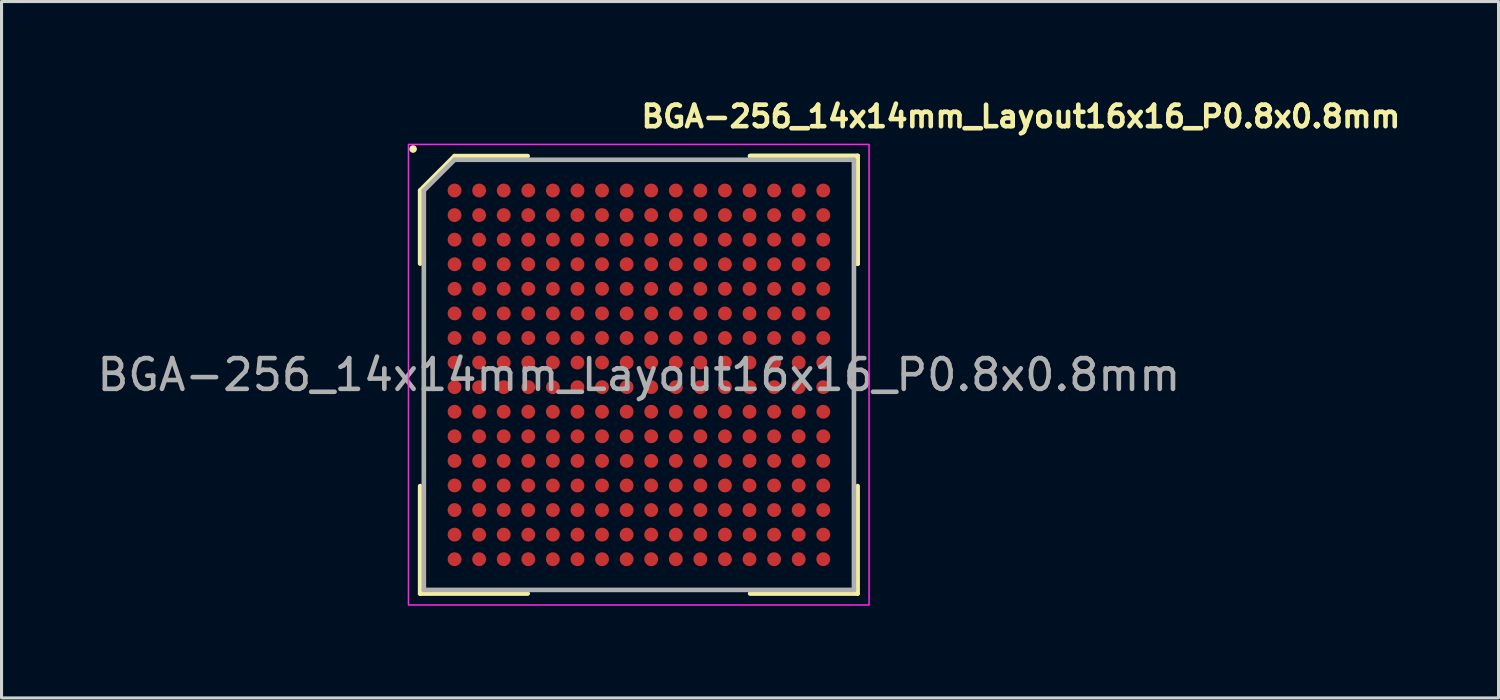
<source format=kicad_pcb>
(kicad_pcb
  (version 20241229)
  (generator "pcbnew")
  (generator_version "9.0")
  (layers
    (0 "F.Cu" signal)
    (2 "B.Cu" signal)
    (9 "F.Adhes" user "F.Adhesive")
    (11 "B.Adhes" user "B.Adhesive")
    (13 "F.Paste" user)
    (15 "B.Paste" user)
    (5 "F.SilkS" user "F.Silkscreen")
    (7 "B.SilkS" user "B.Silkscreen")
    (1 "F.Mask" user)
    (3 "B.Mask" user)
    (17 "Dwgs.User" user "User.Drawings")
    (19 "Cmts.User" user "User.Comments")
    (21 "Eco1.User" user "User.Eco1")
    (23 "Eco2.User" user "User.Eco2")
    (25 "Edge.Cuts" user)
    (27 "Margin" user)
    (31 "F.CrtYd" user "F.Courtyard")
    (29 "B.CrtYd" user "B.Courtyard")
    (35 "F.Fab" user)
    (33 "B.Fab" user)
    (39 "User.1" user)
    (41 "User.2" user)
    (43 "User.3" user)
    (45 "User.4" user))
  (footprint "BGA-256_14x14mm_Layout16x16_P0.8x0.8mm"
    (layer "F.Cu")
    (at 17.744 9.15)
    (property "Reference" "BGA-256_14x14mm_Layout16x16_P0.8x0.8mm" (at 0 -8 0) (layer "F.SilkS") (effects (font (size 0.7 0.7) (thickness 0.15)) (justify left bottom)))
    (attr smd)
    (fp_line (start -7.12 -6) (end -7.12 -3.621) (stroke (width 0.15) (type solid)) (layer "F.SilkS"))
    (fp_line (start -7.12 7.118) (end -7.12 3.62) (stroke (width 0.15) (type solid)) (layer "F.SilkS"))
    (fp_line (start -6 -7.12) (end -7.12 -6) (stroke (width 0.15) (type solid)) (layer "F.SilkS"))
    (fp_line (start -3.621 -7.12) (end -6 -7.12) (stroke (width 0.15) (type solid)) (layer "F.SilkS"))
    (fp_line (start -3.621 7.118) (end -7.12 7.118) (stroke (width 0.15) (type solid)) (layer "F.SilkS"))
    (fp_line (start 3.62 -7.12) (end 7.118 -7.12) (stroke (width 0.15) (type solid)) (layer "F.SilkS"))
    (fp_line (start 3.62 -7.12) (end 7.118 -7.12) (stroke (width 0.15) (type solid)) (layer "F.SilkS"))
    (fp_line (start 3.62 -7.12) (end 7.118 -7.12) (stroke (width 0.15) (type solid)) (layer "F.SilkS"))
    (fp_line (start 3.62 7.118) (end 7.118 7.118) (stroke (width 0.15) (type solid)) (layer "F.SilkS"))
    (fp_line (start 7.118 -7.12) (end 7.118 -3.621) (stroke (width 0.15) (type solid)) (layer "F.SilkS"))
    (fp_line (start 7.118 -7.12) (end 7.118 -3.621) (stroke (width 0.15) (type solid)) (layer "F.SilkS"))
    (fp_line (start 7.118 -7.12) (end 7.118 -3.621) (stroke (width 0.15) (type solid)) (layer "F.SilkS"))
    (fp_line (start 7.118 7.118) (end 7.118 3.62) (stroke (width 0.15) (type solid)) (layer "F.SilkS"))
    (fp_circle (center -7.35 -7.35) (end -7.301 -7.35) (stroke (width 0.15) (type solid)) (fill yes) (layer "F.SilkS"))
    (fp_rect (start -7.5 -7.5) (end 7.49 7.49) (stroke (width 0.05) (type solid)) (fill no) (layer "F.CrtYd"))
    (fp_line (start -7 -6) (end -7 6.998) (stroke (width 0.15) (type solid)) (layer "F.Fab"))
    (fp_line (start -7 6.998) (end 6.998 6.998) (stroke (width 0.15) (type solid)) (layer "F.Fab"))
    (fp_line (start -6 -7) (end -7 -6) (stroke (width 0.15) (type solid)) (layer "F.Fab"))
    (fp_line (start 6.998 -7) (end -6 -7) (stroke (width 0.15) (type solid)) (layer "F.Fab"))
    (fp_line (start 6.998 6.998) (end 6.998 -7) (stroke (width 0.15) (type solid)) (layer "F.Fab"))
    (fp_rect (start -7 -7) (end 6.998 6.998) (stroke (width 0.1) (type solid)) (fill no) (layer "User.5"))
    (fp_rect (start -7 -7) (end 6.999 6.999) (stroke (width 0.1) (type solid)) (fill no) (layer "User.5"))
    (fp_rect (start -7 -7) (end 6.999 6.999) (stroke (width 0.1) (type solid)) (fill no) (layer "User.5"))
    (fp_line (start -7 -7) (end -7 6.998) (stroke (width 0.02) (type solid)) (layer "User.9"))
    (fp_line (start -7 -7) (end -7 6.999) (stroke (width 0.02) (type solid)) (layer "User.9"))
    (fp_line (start -7 6.998) (end 6.998 6.998) (stroke (width 0.02) (type solid)) (layer "User.9"))
    (fp_line (start -7 6.999) (end 6.999 6.999) (stroke (width 0.02) (type solid)) (layer "User.9"))
    (fp_line (start 6.998 -7) (end -7 -7) (stroke (width 0.02) (type solid)) (layer "User.9"))
    (fp_line (start 6.998 6.998) (end 6.998 -7) (stroke (width 0.02) (type solid)) (layer "User.9"))
    (fp_line (start 6.999 -7) (end -7 -7) (stroke (width 0.02) (type solid)) (layer "User.9"))
    (fp_line (start 6.999 6.999) (end 6.999 -7) (stroke (width 0.02) (type solid)) (layer "User.9"))
    (fp_text user "${REFERENCE}" (at 0 0 0) (layer "F.Fab") (effects (font (size 1 1) (thickness 0.15))))
    (pad "A1" smd circle (at -6 -6) (size 0.45 0.45) (layers "F.Cu" "F.Mask" "F.Paste"))
    (pad "A2" smd circle (at -5.2 -6) (size 0.45 0.45) (layers "F.Cu" "F.Mask" "F.Paste"))
    (pad "A3" smd circle (at -4.4 -6) (size 0.45 0.45) (layers "F.Cu" "F.Mask" "F.Paste"))
    (pad "A4" smd circle (at -3.6 -6) (size 0.45 0.45) (layers "F.Cu" "F.Mask" "F.Paste"))
    (pad "A5" smd circle (at -2.8 -6) (size 0.45 0.45) (layers "F.Cu" "F.Mask" "F.Paste"))
    (pad "A6" smd circle (at -2 -6) (size 0.45 0.45) (layers "F.Cu" "F.Mask" "F.Paste"))
    (pad "A7" smd circle (at -1.2 -6) (size 0.45 0.45) (layers "F.Cu" "F.Mask" "F.Paste"))
    (pad "A8" smd circle (at -0.4 -6) (size 0.45 0.45) (layers "F.Cu" "F.Mask" "F.Paste"))
    (pad "A9" smd circle (at 0.4 -6) (size 0.45 0.45) (layers "F.Cu" "F.Mask" "F.Paste"))
    (pad "A10" smd circle (at 1.2 -6) (size 0.45 0.45) (layers "F.Cu" "F.Mask" "F.Paste"))
    (pad "A11" smd circle (at 2 -6) (size 0.45 0.45) (layers "F.Cu" "F.Mask" "F.Paste"))
    (pad "A12" smd circle (at 2.8 -6) (size 0.45 0.45) (layers "F.Cu" "F.Mask" "F.Paste"))
    (pad "A13" smd circle (at 3.6 -6) (size 0.45 0.45) (layers "F.Cu" "F.Mask" "F.Paste"))
    (pad "A14" smd circle (at 4.4 -6) (size 0.45 0.45) (layers "F.Cu" "F.Mask" "F.Paste"))
    (pad "A15" smd circle (at 5.2 -6) (size 0.45 0.45) (layers "F.Cu" "F.Mask" "F.Paste"))
    (pad "A16" smd circle (at 6 -6) (size 0.45 0.45) (layers "F.Cu" "F.Mask" "F.Paste"))
    (pad "B1" smd circle (at -6 -5.2) (size 0.45 0.45) (layers "F.Cu" "F.Mask" "F.Paste"))
    (pad "B2" smd circle (at -5.2 -5.2) (size 0.45 0.45) (layers "F.Cu" "F.Mask" "F.Paste"))
    (pad "B3" smd circle (at -4.4 -5.2) (size 0.45 0.45) (layers "F.Cu" "F.Mask" "F.Paste"))
    (pad "B4" smd circle (at -3.6 -5.2) (size 0.45 0.45) (layers "F.Cu" "F.Mask" "F.Paste"))
    (pad "B5" smd circle (at -2.8 -5.2) (size 0.45 0.45) (layers "F.Cu" "F.Mask" "F.Paste"))
    (pad "B6" smd circle (at -2 -5.2) (size 0.45 0.45) (layers "F.Cu" "F.Mask" "F.Paste"))
    (pad "B7" smd circle (at -1.2 -5.2) (size 0.45 0.45) (layers "F.Cu" "F.Mask" "F.Paste"))
    (pad "B8" smd circle (at -0.4 -5.2) (size 0.45 0.45) (layers "F.Cu" "F.Mask" "F.Paste"))
    (pad "B9" smd circle (at 0.4 -5.2) (size 0.45 0.45) (layers "F.Cu" "F.Mask" "F.Paste"))
    (pad "B10" smd circle (at 1.2 -5.2) (size 0.45 0.45) (layers "F.Cu" "F.Mask" "F.Paste"))
    (pad "B11" smd circle (at 2 -5.2) (size 0.45 0.45) (layers "F.Cu" "F.Mask" "F.Paste"))
    (pad "B12" smd circle (at 2.8 -5.2) (size 0.45 0.45) (layers "F.Cu" "F.Mask" "F.Paste"))
    (pad "B13" smd circle (at 3.6 -5.2) (size 0.45 0.45) (layers "F.Cu" "F.Mask" "F.Paste"))
    (pad "B14" smd circle (at 4.4 -5.2) (size 0.45 0.45) (layers "F.Cu" "F.Mask" "F.Paste"))
    (pad "B15" smd circle (at 5.2 -5.2) (size 0.45 0.45) (layers "F.Cu" "F.Mask" "F.Paste"))
    (pad "B16" smd circle (at 6 -5.2) (size 0.45 0.45) (layers "F.Cu" "F.Mask" "F.Paste"))
    (pad "C1" smd circle (at -6 -4.4) (size 0.45 0.45) (layers "F.Cu" "F.Mask" "F.Paste"))
    (pad "C2" smd circle (at -5.2 -4.4) (size 0.45 0.45) (layers "F.Cu" "F.Mask" "F.Paste"))
    (pad "C3" smd circle (at -4.4 -4.4) (size 0.45 0.45) (layers "F.Cu" "F.Mask" "F.Paste"))
    (pad "C4" smd circle (at -3.6 -4.4) (size 0.45 0.45) (layers "F.Cu" "F.Mask" "F.Paste"))
    (pad "C5" smd circle (at -2.8 -4.4) (size 0.45 0.45) (layers "F.Cu" "F.Mask" "F.Paste"))
    (pad "C6" smd circle (at -2 -4.4) (size 0.45 0.45) (layers "F.Cu" "F.Mask" "F.Paste"))
    (pad "C7" smd circle (at -1.2 -4.4) (size 0.45 0.45) (layers "F.Cu" "F.Mask" "F.Paste"))
    (pad "C8" smd circle (at -0.4 -4.4) (size 0.45 0.45) (layers "F.Cu" "F.Mask" "F.Paste"))
    (pad "C9" smd circle (at 0.4 -4.4) (size 0.45 0.45) (layers "F.Cu" "F.Mask" "F.Paste"))
    (pad "C10" smd circle (at 1.2 -4.4) (size 0.45 0.45) (layers "F.Cu" "F.Mask" "F.Paste"))
    (pad "C11" smd circle (at 2 -4.4) (size 0.45 0.45) (layers "F.Cu" "F.Mask" "F.Paste"))
    (pad "C12" smd circle (at 2.8 -4.4) (size 0.45 0.45) (layers "F.Cu" "F.Mask" "F.Paste"))
    (pad "C13" smd circle (at 3.6 -4.4) (size 0.45 0.45) (layers "F.Cu" "F.Mask" "F.Paste"))
    (pad "C14" smd circle (at 4.4 -4.4) (size 0.45 0.45) (layers "F.Cu" "F.Mask" "F.Paste"))
    (pad "C15" smd circle (at 5.2 -4.4) (size 0.45 0.45) (layers "F.Cu" "F.Mask" "F.Paste"))
    (pad "C16" smd circle (at 6 -4.4) (size 0.45 0.45) (layers "F.Cu" "F.Mask" "F.Paste"))
    (pad "D1" smd circle (at -6 -3.6) (size 0.45 0.45) (layers "F.Cu" "F.Mask" "F.Paste"))
    (pad "D2" smd circle (at -5.2 -3.6) (size 0.45 0.45) (layers "F.Cu" "F.Mask" "F.Paste"))
    (pad "D3" smd circle (at -4.4 -3.6) (size 0.45 0.45) (layers "F.Cu" "F.Mask" "F.Paste"))
    (pad "D4" smd circle (at -3.6 -3.6) (size 0.45 0.45) (layers "F.Cu" "F.Mask" "F.Paste"))
    (pad "D5" smd circle (at -2.8 -3.6) (size 0.45 0.45) (layers "F.Cu" "F.Mask" "F.Paste"))
    (pad "D6" smd circle (at -2 -3.6) (size 0.45 0.45) (layers "F.Cu" "F.Mask" "F.Paste"))
    (pad "D7" smd circle (at -1.2 -3.6) (size 0.45 0.45) (layers "F.Cu" "F.Mask" "F.Paste"))
    (pad "D8" smd circle (at -0.4 -3.6) (size 0.45 0.45) (layers "F.Cu" "F.Mask" "F.Paste"))
    (pad "D9" smd circle (at 0.4 -3.6) (size 0.45 0.45) (layers "F.Cu" "F.Mask" "F.Paste"))
    (pad "D10" smd circle (at 1.2 -3.6) (size 0.45 0.45) (layers "F.Cu" "F.Mask" "F.Paste"))
    (pad "D11" smd circle (at 2 -3.6) (size 0.45 0.45) (layers "F.Cu" "F.Mask" "F.Paste"))
    (pad "D12" smd circle (at 2.8 -3.6) (size 0.45 0.45) (layers "F.Cu" "F.Mask" "F.Paste"))
    (pad "D13" smd circle (at 3.6 -3.6) (size 0.45 0.45) (layers "F.Cu" "F.Mask" "F.Paste"))
    (pad "D14" smd circle (at 4.4 -3.6) (size 0.45 0.45) (layers "F.Cu" "F.Mask" "F.Paste"))
    (pad "D15" smd circle (at 5.2 -3.6) (size 0.45 0.45) (layers "F.Cu" "F.Mask" "F.Paste"))
    (pad "D16" smd circle (at 6 -3.6) (size 0.45 0.45) (layers "F.Cu" "F.Mask" "F.Paste"))
    (pad "E1" smd circle (at -6 -2.8) (size 0.45 0.45) (layers "F.Cu" "F.Mask" "F.Paste"))
    (pad "E2" smd circle (at -5.2 -2.8) (size 0.45 0.45) (layers "F.Cu" "F.Mask" "F.Paste"))
    (pad "E3" smd circle (at -4.4 -2.8) (size 0.45 0.45) (layers "F.Cu" "F.Mask" "F.Paste"))
    (pad "E4" smd circle (at -3.6 -2.8) (size 0.45 0.45) (layers "F.Cu" "F.Mask" "F.Paste"))
    (pad "E5" smd circle (at -2.8 -2.8) (size 0.45 0.45) (layers "F.Cu" "F.Mask" "F.Paste"))
    (pad "E6" smd circle (at -2 -2.8) (size 0.45 0.45) (layers "F.Cu" "F.Mask" "F.Paste"))
    (pad "E7" smd circle (at -1.2 -2.8) (size 0.45 0.45) (layers "F.Cu" "F.Mask" "F.Paste"))
    (pad "E8" smd circle (at -0.4 -2.8) (size 0.45 0.45) (layers "F.Cu" "F.Mask" "F.Paste"))
    (pad "E9" smd circle (at 0.4 -2.8) (size 0.45 0.45) (layers "F.Cu" "F.Mask" "F.Paste"))
    (pad "E10" smd circle (at 1.2 -2.8) (size 0.45 0.45) (layers "F.Cu" "F.Mask" "F.Paste"))
    (pad "E11" smd circle (at 2 -2.8) (size 0.45 0.45) (layers "F.Cu" "F.Mask" "F.Paste"))
    (pad "E12" smd circle (at 2.8 -2.8) (size 0.45 0.45) (layers "F.Cu" "F.Mask" "F.Paste"))
    (pad "E13" smd circle (at 3.6 -2.8) (size 0.45 0.45) (layers "F.Cu" "F.Mask" "F.Paste"))
    (pad "E14" smd circle (at 4.4 -2.8) (size 0.45 0.45) (layers "F.Cu" "F.Mask" "F.Paste"))
    (pad "E15" smd circle (at 5.2 -2.8) (size 0.45 0.45) (layers "F.Cu" "F.Mask" "F.Paste"))
    (pad "E16" smd circle (at 6 -2.8) (size 0.45 0.45) (layers "F.Cu" "F.Mask" "F.Paste"))
    (pad "F1" smd circle (at -6 -2) (size 0.45 0.45) (layers "F.Cu" "F.Mask" "F.Paste"))
    (pad "F2" smd circle (at -5.2 -2) (size 0.45 0.45) (layers "F.Cu" "F.Mask" "F.Paste"))
    (pad "F3" smd circle (at -4.4 -2) (size 0.45 0.45) (layers "F.Cu" "F.Mask" "F.Paste"))
    (pad "F4" smd circle (at -3.6 -2) (size 0.45 0.45) (layers "F.Cu" "F.Mask" "F.Paste"))
    (pad "F5" smd circle (at -2.8 -2) (size 0.45 0.45) (layers "F.Cu" "F.Mask" "F.Paste"))
    (pad "F6" smd circle (at -2 -2) (size 0.45 0.45) (layers "F.Cu" "F.Mask" "F.Paste"))
    (pad "F7" smd circle (at -1.2 -2) (size 0.45 0.45) (layers "F.Cu" "F.Mask" "F.Paste"))
    (pad "F8" smd circle (at -0.4 -2) (size 0.45 0.45) (layers "F.Cu" "F.Mask" "F.Paste"))
    (pad "F9" smd circle (at 0.4 -2) (size 0.45 0.45) (layers "F.Cu" "F.Mask" "F.Paste"))
    (pad "F10" smd circle (at 1.2 -2) (size 0.45 0.45) (layers "F.Cu" "F.Mask" "F.Paste"))
    (pad "F11" smd circle (at 2 -2) (size 0.45 0.45) (layers "F.Cu" "F.Mask" "F.Paste"))
    (pad "F12" smd circle (at 2.8 -2) (size 0.45 0.45) (layers "F.Cu" "F.Mask" "F.Paste"))
    (pad "F13" smd circle (at 3.6 -2) (size 0.45 0.45) (layers "F.Cu" "F.Mask" "F.Paste"))
    (pad "F14" smd circle (at 4.4 -2) (size 0.45 0.45) (layers "F.Cu" "F.Mask" "F.Paste"))
    (pad "F15" smd circle (at 5.2 -2) (size 0.45 0.45) (layers "F.Cu" "F.Mask" "F.Paste"))
    (pad "F16" smd circle (at 6 -2) (size 0.45 0.45) (layers "F.Cu" "F.Mask" "F.Paste"))
    (pad "G1" smd circle (at -6 -1.2) (size 0.45 0.45) (layers "F.Cu" "F.Mask" "F.Paste"))
    (pad "G2" smd circle (at -5.2 -1.2) (size 0.45 0.45) (layers "F.Cu" "F.Mask" "F.Paste"))
    (pad "G3" smd circle (at -4.4 -1.2) (size 0.45 0.45) (layers "F.Cu" "F.Mask" "F.Paste"))
    (pad "G4" smd circle (at -3.6 -1.2) (size 0.45 0.45) (layers "F.Cu" "F.Mask" "F.Paste"))
    (pad "G5" smd circle (at -2.8 -1.2) (size 0.45 0.45) (layers "F.Cu" "F.Mask" "F.Paste"))
    (pad "G6" smd circle (at -2 -1.2) (size 0.45 0.45) (layers "F.Cu" "F.Mask" "F.Paste"))
    (pad "G7" smd circle (at -1.2 -1.2) (size 0.45 0.45) (layers "F.Cu" "F.Mask" "F.Paste"))
    (pad "G8" smd circle (at -0.4 -1.2) (size 0.45 0.45) (layers "F.Cu" "F.Mask" "F.Paste"))
    (pad "G9" smd circle (at 0.4 -1.2) (size 0.45 0.45) (layers "F.Cu" "F.Mask" "F.Paste"))
    (pad "G10" smd circle (at 1.2 -1.2) (size 0.45 0.45) (layers "F.Cu" "F.Mask" "F.Paste"))
    (pad "G11" smd circle (at 2 -1.2) (size 0.45 0.45) (layers "F.Cu" "F.Mask" "F.Paste"))
    (pad "G12" smd circle (at 2.8 -1.2) (size 0.45 0.45) (layers "F.Cu" "F.Mask" "F.Paste"))
    (pad "G13" smd circle (at 3.6 -1.2) (size 0.45 0.45) (layers "F.Cu" "F.Mask" "F.Paste"))
    (pad "G14" smd circle (at 4.4 -1.2) (size 0.45 0.45) (layers "F.Cu" "F.Mask" "F.Paste"))
    (pad "G15" smd circle (at 5.2 -1.2) (size 0.45 0.45) (layers "F.Cu" "F.Mask" "F.Paste"))
    (pad "G16" smd circle (at 6 -1.2) (size 0.45 0.45) (layers "F.Cu" "F.Mask" "F.Paste"))
    (pad "H1" smd circle (at -6 -0.4) (size 0.45 0.45) (layers "F.Cu" "F.Mask" "F.Paste"))
    (pad "H2" smd circle (at -5.2 -0.4) (size 0.45 0.45) (layers "F.Cu" "F.Mask" "F.Paste"))
    (pad "H3" smd circle (at -4.4 -0.4) (size 0.45 0.45) (layers "F.Cu" "F.Mask" "F.Paste"))
    (pad "H4" smd circle (at -3.6 -0.4) (size 0.45 0.45) (layers "F.Cu" "F.Mask" "F.Paste"))
    (pad "H5" smd circle (at -2.8 -0.4) (size 0.45 0.45) (layers "F.Cu" "F.Mask" "F.Paste"))
    (pad "H6" smd circle (at -2 -0.4) (size 0.45 0.45) (layers "F.Cu" "F.Mask" "F.Paste"))
    (pad "H7" smd circle (at -1.2 -0.4) (size 0.45 0.45) (layers "F.Cu" "F.Mask" "F.Paste"))
    (pad "H8" smd circle (at -0.4 -0.4) (size 0.45 0.45) (layers "F.Cu" "F.Mask" "F.Paste"))
    (pad "H9" smd circle (at 0.4 -0.4) (size 0.45 0.45) (layers "F.Cu" "F.Mask" "F.Paste"))
    (pad "H10" smd circle (at 1.2 -0.4) (size 0.45 0.45) (layers "F.Cu" "F.Mask" "F.Paste"))
    (pad "H11" smd circle (at 2 -0.4) (size 0.45 0.45) (layers "F.Cu" "F.Mask" "F.Paste"))
    (pad "H12" smd circle (at 2.8 -0.4) (size 0.45 0.45) (layers "F.Cu" "F.Mask" "F.Paste"))
    (pad "H13" smd circle (at 3.6 -0.4) (size 0.45 0.45) (layers "F.Cu" "F.Mask" "F.Paste"))
    (pad "H14" smd circle (at 4.4 -0.4) (size 0.45 0.45) (layers "F.Cu" "F.Mask" "F.Paste"))
    (pad "H15" smd circle (at 5.2 -0.4) (size 0.45 0.45) (layers "F.Cu" "F.Mask" "F.Paste"))
    (pad "H16" smd circle (at 6 -0.4) (size 0.45 0.45) (layers "F.Cu" "F.Mask" "F.Paste"))
    (pad "J1" smd circle (at -6 0.4) (size 0.45 0.45) (layers "F.Cu" "F.Mask" "F.Paste"))
    (pad "J2" smd circle (at -5.2 0.4) (size 0.45 0.45) (layers "F.Cu" "F.Mask" "F.Paste"))
    (pad "J3" smd circle (at -4.4 0.4) (size 0.45 0.45) (layers "F.Cu" "F.Mask" "F.Paste"))
    (pad "J4" smd circle (at -3.6 0.4) (size 0.45 0.45) (layers "F.Cu" "F.Mask" "F.Paste"))
    (pad "J5" smd circle (at -2.8 0.4) (size 0.45 0.45) (layers "F.Cu" "F.Mask" "F.Paste"))
    (pad "J6" smd circle (at -2 0.4) (size 0.45 0.45) (layers "F.Cu" "F.Mask" "F.Paste"))
    (pad "J7" smd circle (at -1.2 0.4) (size 0.45 0.45) (layers "F.Cu" "F.Mask" "F.Paste"))
    (pad "J8" smd circle (at -0.4 0.4) (size 0.45 0.45) (layers "F.Cu" "F.Mask" "F.Paste"))
    (pad "J9" smd circle (at 0.4 0.4) (size 0.45 0.45) (layers "F.Cu" "F.Mask" "F.Paste"))
    (pad "J10" smd circle (at 1.2 0.4) (size 0.45 0.45) (layers "F.Cu" "F.Mask" "F.Paste"))
    (pad "J11" smd circle (at 2 0.4) (size 0.45 0.45) (layers "F.Cu" "F.Mask" "F.Paste"))
    (pad "J12" smd circle (at 2.8 0.4) (size 0.45 0.45) (layers "F.Cu" "F.Mask" "F.Paste"))
    (pad "J13" smd circle (at 3.6 0.4) (size 0.45 0.45) (layers "F.Cu" "F.Mask" "F.Paste"))
    (pad "J14" smd circle (at 4.4 0.4) (size 0.45 0.45) (layers "F.Cu" "F.Mask" "F.Paste"))
    (pad "J15" smd circle (at 5.2 0.4) (size 0.45 0.45) (layers "F.Cu" "F.Mask" "F.Paste"))
    (pad "J16" smd circle (at 6 0.4) (size 0.45 0.45) (layers "F.Cu" "F.Mask" "F.Paste"))
    (pad "K1" smd circle (at -6 1.2) (size 0.45 0.45) (layers "F.Cu" "F.Mask" "F.Paste"))
    (pad "K2" smd circle (at -5.2 1.2) (size 0.45 0.45) (layers "F.Cu" "F.Mask" "F.Paste"))
    (pad "K3" smd circle (at -4.4 1.2) (size 0.45 0.45) (layers "F.Cu" "F.Mask" "F.Paste"))
    (pad "K4" smd circle (at -3.6 1.2) (size 0.45 0.45) (layers "F.Cu" "F.Mask" "F.Paste"))
    (pad "K5" smd circle (at -2.8 1.2) (size 0.45 0.45) (layers "F.Cu" "F.Mask" "F.Paste"))
    (pad "K6" smd circle (at -2 1.2) (size 0.45 0.45) (layers "F.Cu" "F.Mask" "F.Paste"))
    (pad "K7" smd circle (at -1.2 1.2) (size 0.45 0.45) (layers "F.Cu" "F.Mask" "F.Paste"))
    (pad "K8" smd circle (at -0.4 1.2) (size 0.45 0.45) (layers "F.Cu" "F.Mask" "F.Paste"))
    (pad "K9" smd circle (at 0.4 1.2) (size 0.45 0.45) (layers "F.Cu" "F.Mask" "F.Paste"))
    (pad "K10" smd circle (at 1.2 1.2) (size 0.45 0.45) (layers "F.Cu" "F.Mask" "F.Paste"))
    (pad "K11" smd circle (at 2 1.2) (size 0.45 0.45) (layers "F.Cu" "F.Mask" "F.Paste"))
    (pad "K12" smd circle (at 2.8 1.2) (size 0.45 0.45) (layers "F.Cu" "F.Mask" "F.Paste"))
    (pad "K13" smd circle (at 3.6 1.2) (size 0.45 0.45) (layers "F.Cu" "F.Mask" "F.Paste"))
    (pad "K14" smd circle (at 4.4 1.2) (size 0.45 0.45) (layers "F.Cu" "F.Mask" "F.Paste"))
    (pad "K15" smd circle (at 5.2 1.2) (size 0.45 0.45) (layers "F.Cu" "F.Mask" "F.Paste"))
    (pad "K16" smd circle (at 6 1.2) (size 0.45 0.45) (layers "F.Cu" "F.Mask" "F.Paste"))
    (pad "L1" smd circle (at -6 2) (size 0.45 0.45) (layers "F.Cu" "F.Mask" "F.Paste"))
    (pad "L2" smd circle (at -5.2 2) (size 0.45 0.45) (layers "F.Cu" "F.Mask" "F.Paste"))
    (pad "L3" smd circle (at -4.4 2) (size 0.45 0.45) (layers "F.Cu" "F.Mask" "F.Paste"))
    (pad "L4" smd circle (at -3.6 2) (size 0.45 0.45) (layers "F.Cu" "F.Mask" "F.Paste"))
    (pad "L5" smd circle (at -2.8 2) (size 0.45 0.45) (layers "F.Cu" "F.Mask" "F.Paste"))
    (pad "L6" smd circle (at -2 2) (size 0.45 0.45) (layers "F.Cu" "F.Mask" "F.Paste"))
    (pad "L7" smd circle (at -1.2 2) (size 0.45 0.45) (layers "F.Cu" "F.Mask" "F.Paste"))
    (pad "L8" smd circle (at -0.4 2) (size 0.45 0.45) (layers "F.Cu" "F.Mask" "F.Paste"))
    (pad "L9" smd circle (at 0.4 2) (size 0.45 0.45) (layers "F.Cu" "F.Mask" "F.Paste"))
    (pad "L10" smd circle (at 1.2 2) (size 0.45 0.45) (layers "F.Cu" "F.Mask" "F.Paste"))
    (pad "L11" smd circle (at 2 2) (size 0.45 0.45) (layers "F.Cu" "F.Mask" "F.Paste"))
    (pad "L12" smd circle (at 2.8 2) (size 0.45 0.45) (layers "F.Cu" "F.Mask" "F.Paste"))
    (pad "L13" smd circle (at 3.6 2) (size 0.45 0.45) (layers "F.Cu" "F.Mask" "F.Paste"))
    (pad "L14" smd circle (at 4.4 2) (size 0.45 0.45) (layers "F.Cu" "F.Mask" "F.Paste"))
    (pad "L15" smd circle (at 5.2 2) (size 0.45 0.45) (layers "F.Cu" "F.Mask" "F.Paste"))
    (pad "L16" smd circle (at 6 2) (size 0.45 0.45) (layers "F.Cu" "F.Mask" "F.Paste"))
    (pad "M1" smd circle (at -6 2.8) (size 0.45 0.45) (layers "F.Cu" "F.Mask" "F.Paste"))
    (pad "M2" smd circle (at -5.2 2.8) (size 0.45 0.45) (layers "F.Cu" "F.Mask" "F.Paste"))
    (pad "M3" smd circle (at -4.4 2.8) (size 0.45 0.45) (layers "F.Cu" "F.Mask" "F.Paste"))
    (pad "M4" smd circle (at -3.6 2.8) (size 0.45 0.45) (layers "F.Cu" "F.Mask" "F.Paste"))
    (pad "M5" smd circle (at -2.8 2.8) (size 0.45 0.45) (layers "F.Cu" "F.Mask" "F.Paste"))
    (pad "M6" smd circle (at -2 2.8) (size 0.45 0.45) (layers "F.Cu" "F.Mask" "F.Paste"))
    (pad "M7" smd circle (at -1.2 2.8) (size 0.45 0.45) (layers "F.Cu" "F.Mask" "F.Paste"))
    (pad "M8" smd circle (at -0.4 2.8) (size 0.45 0.45) (layers "F.Cu" "F.Mask" "F.Paste"))
    (pad "M9" smd circle (at 0.4 2.8) (size 0.45 0.45) (layers "F.Cu" "F.Mask" "F.Paste"))
    (pad "M10" smd circle (at 1.2 2.8) (size 0.45 0.45) (layers "F.Cu" "F.Mask" "F.Paste"))
    (pad "M11" smd circle (at 2 2.8) (size 0.45 0.45) (layers "F.Cu" "F.Mask" "F.Paste"))
    (pad "M12" smd circle (at 2.8 2.8) (size 0.45 0.45) (layers "F.Cu" "F.Mask" "F.Paste"))
    (pad "M13" smd circle (at 3.6 2.8) (size 0.45 0.45) (layers "F.Cu" "F.Mask" "F.Paste"))
    (pad "M14" smd circle (at 4.4 2.8) (size 0.45 0.45) (layers "F.Cu" "F.Mask" "F.Paste"))
    (pad "M15" smd circle (at 5.2 2.8) (size 0.45 0.45) (layers "F.Cu" "F.Mask" "F.Paste"))
    (pad "M16" smd circle (at 6 2.8) (size 0.45 0.45) (layers "F.Cu" "F.Mask" "F.Paste"))
    (pad "N1" smd circle (at -6 3.6) (size 0.45 0.45) (layers "F.Cu" "F.Mask" "F.Paste"))
    (pad "N2" smd circle (at -5.2 3.6) (size 0.45 0.45) (layers "F.Cu" "F.Mask" "F.Paste"))
    (pad "N3" smd circle (at -4.4 3.6) (size 0.45 0.45) (layers "F.Cu" "F.Mask" "F.Paste"))
    (pad "N4" smd circle (at -3.6 3.6) (size 0.45 0.45) (layers "F.Cu" "F.Mask" "F.Paste"))
    (pad "N5" smd circle (at -2.8 3.6) (size 0.45 0.45) (layers "F.Cu" "F.Mask" "F.Paste"))
    (pad "N6" smd circle (at -2 3.6) (size 0.45 0.45) (layers "F.Cu" "F.Mask" "F.Paste"))
    (pad "N7" smd circle (at -1.2 3.6) (size 0.45 0.45) (layers "F.Cu" "F.Mask" "F.Paste"))
    (pad "N8" smd circle (at -0.4 3.6) (size 0.45 0.45) (layers "F.Cu" "F.Mask" "F.Paste"))
    (pad "N9" smd circle (at 0.4 3.6) (size 0.45 0.45) (layers "F.Cu" "F.Mask" "F.Paste"))
    (pad "N10" smd circle (at 1.2 3.6) (size 0.45 0.45) (layers "F.Cu" "F.Mask" "F.Paste"))
    (pad "N11" smd circle (at 2 3.6) (size 0.45 0.45) (layers "F.Cu" "F.Mask" "F.Paste"))
    (pad "N12" smd circle (at 2.8 3.6) (size 0.45 0.45) (layers "F.Cu" "F.Mask" "F.Paste"))
    (pad "N13" smd circle (at 3.6 3.6) (size 0.45 0.45) (layers "F.Cu" "F.Mask" "F.Paste"))
    (pad "N14" smd circle (at 4.4 3.6) (size 0.45 0.45) (layers "F.Cu" "F.Mask" "F.Paste"))
    (pad "N15" smd circle (at 5.2 3.6) (size 0.45 0.45) (layers "F.Cu" "F.Mask" "F.Paste"))
    (pad "N16" smd circle (at 6 3.6) (size 0.45 0.45) (layers "F.Cu" "F.Mask" "F.Paste"))
    (pad "P1" smd circle (at -6 4.4) (size 0.45 0.45) (layers "F.Cu" "F.Mask" "F.Paste"))
    (pad "P2" smd circle (at -5.2 4.4) (size 0.45 0.45) (layers "F.Cu" "F.Mask" "F.Paste"))
    (pad "P3" smd circle (at -4.4 4.4) (size 0.45 0.45) (layers "F.Cu" "F.Mask" "F.Paste"))
    (pad "P4" smd circle (at -3.6 4.4) (size 0.45 0.45) (layers "F.Cu" "F.Mask" "F.Paste"))
    (pad "P5" smd circle (at -2.8 4.4) (size 0.45 0.45) (layers "F.Cu" "F.Mask" "F.Paste"))
    (pad "P6" smd circle (at -2 4.4) (size 0.45 0.45) (layers "F.Cu" "F.Mask" "F.Paste"))
    (pad "P7" smd circle (at -1.2 4.4) (size 0.45 0.45) (layers "F.Cu" "F.Mask" "F.Paste"))
    (pad "P8" smd circle (at -0.4 4.4) (size 0.45 0.45) (layers "F.Cu" "F.Mask" "F.Paste"))
    (pad "P9" smd circle (at 0.4 4.4) (size 0.45 0.45) (layers "F.Cu" "F.Mask" "F.Paste"))
    (pad "P10" smd circle (at 1.2 4.4) (size 0.45 0.45) (layers "F.Cu" "F.Mask" "F.Paste"))
    (pad "P11" smd circle (at 2 4.4) (size 0.45 0.45) (layers "F.Cu" "F.Mask" "F.Paste"))
    (pad "P12" smd circle (at 2.8 4.4) (size 0.45 0.45) (layers "F.Cu" "F.Mask" "F.Paste"))
    (pad "P13" smd circle (at 3.6 4.4) (size 0.45 0.45) (layers "F.Cu" "F.Mask" "F.Paste"))
    (pad "P14" smd circle (at 4.4 4.4) (size 0.45 0.45) (layers "F.Cu" "F.Mask" "F.Paste"))
    (pad "P15" smd circle (at 5.2 4.4) (size 0.45 0.45) (layers "F.Cu" "F.Mask" "F.Paste"))
    (pad "P16" smd circle (at 6 4.4) (size 0.45 0.45) (layers "F.Cu" "F.Mask" "F.Paste"))
    (pad "R1" smd circle (at -6 5.2) (size 0.45 0.45) (layers "F.Cu" "F.Mask" "F.Paste"))
    (pad "R2" smd circle (at -5.2 5.2) (size 0.45 0.45) (layers "F.Cu" "F.Mask" "F.Paste"))
    (pad "R3" smd circle (at -4.4 5.2) (size 0.45 0.45) (layers "F.Cu" "F.Mask" "F.Paste"))
    (pad "R4" smd circle (at -3.6 5.2) (size 0.45 0.45) (layers "F.Cu" "F.Mask" "F.Paste"))
    (pad "R5" smd circle (at -2.8 5.2) (size 0.45 0.45) (layers "F.Cu" "F.Mask" "F.Paste"))
    (pad "R6" smd circle (at -2 5.2) (size 0.45 0.45) (layers "F.Cu" "F.Mask" "F.Paste"))
    (pad "R7" smd circle (at -1.2 5.2) (size 0.45 0.45) (layers "F.Cu" "F.Mask" "F.Paste"))
    (pad "R8" smd circle (at -0.4 5.2) (size 0.45 0.45) (layers "F.Cu" "F.Mask" "F.Paste"))
    (pad "R9" smd circle (at 0.4 5.2) (size 0.45 0.45) (layers "F.Cu" "F.Mask" "F.Paste"))
    (pad "R10" smd circle (at 1.2 5.2) (size 0.45 0.45) (layers "F.Cu" "F.Mask" "F.Paste"))
    (pad "R11" smd circle (at 2 5.2) (size 0.45 0.45) (layers "F.Cu" "F.Mask" "F.Paste"))
    (pad "R12" smd circle (at 2.8 5.2) (size 0.45 0.45) (layers "F.Cu" "F.Mask" "F.Paste"))
    (pad "R13" smd circle (at 3.6 5.2) (size 0.45 0.45) (layers "F.Cu" "F.Mask" "F.Paste"))
    (pad "R14" smd circle (at 4.4 5.2) (size 0.45 0.45) (layers "F.Cu" "F.Mask" "F.Paste"))
    (pad "R15" smd circle (at 5.2 5.2) (size 0.45 0.45) (layers "F.Cu" "F.Mask" "F.Paste"))
    (pad "R16" smd circle (at 6 5.2) (size 0.45 0.45) (layers "F.Cu" "F.Mask" "F.Paste"))
    (pad "T1" smd circle (at -6 6) (size 0.45 0.45) (layers "F.Cu" "F.Mask" "F.Paste"))
    (pad "T2" smd circle (at -5.2 6) (size 0.45 0.45) (layers "F.Cu" "F.Mask" "F.Paste"))
    (pad "T3" smd circle (at -4.4 6) (size 0.45 0.45) (layers "F.Cu" "F.Mask" "F.Paste"))
    (pad "T4" smd circle (at -3.6 6) (size 0.45 0.45) (layers "F.Cu" "F.Mask" "F.Paste"))
    (pad "T5" smd circle (at -2.8 6) (size 0.45 0.45) (layers "F.Cu" "F.Mask" "F.Paste"))
    (pad "T6" smd circle (at -2 6) (size 0.45 0.45) (layers "F.Cu" "F.Mask" "F.Paste"))
    (pad "T7" smd circle (at -1.2 6) (size 0.45 0.45) (layers "F.Cu" "F.Mask" "F.Paste"))
    (pad "T8" smd circle (at -0.4 6) (size 0.45 0.45) (layers "F.Cu" "F.Mask" "F.Paste"))
    (pad "T9" smd circle (at 0.4 6) (size 0.45 0.45) (layers "F.Cu" "F.Mask" "F.Paste"))
    (pad "T10" smd circle (at 1.2 6) (size 0.45 0.45) (layers "F.Cu" "F.Mask" "F.Paste"))
    (pad "T11" smd circle (at 2 6) (size 0.45 0.45) (layers "F.Cu" "F.Mask" "F.Paste"))
    (pad "T12" smd circle (at 2.8 6) (size 0.45 0.45) (layers "F.Cu" "F.Mask" "F.Paste"))
    (pad "T13" smd circle (at 3.6 6) (size 0.45 0.45) (layers "F.Cu" "F.Mask" "F.Paste"))
    (pad "T14" smd circle (at 4.4 6) (size 0.45 0.45) (layers "F.Cu" "F.Mask" "F.Paste"))
    (pad "T15" smd circle (at 5.2 6) (size 0.45 0.45) (layers "F.Cu" "F.Mask" "F.Paste"))
    (pad "T16" smd circle (at 6 6) (size 0.45 0.45) (layers "F.Cu" "F.Mask" "F.Paste")))
  (gr_rect
    (start -3 -3)
    (end 45.721 19.665)
    (stroke (width 0.1) (type default))
    (fill no)
    (layer "Edge.Cuts")))
</source>
